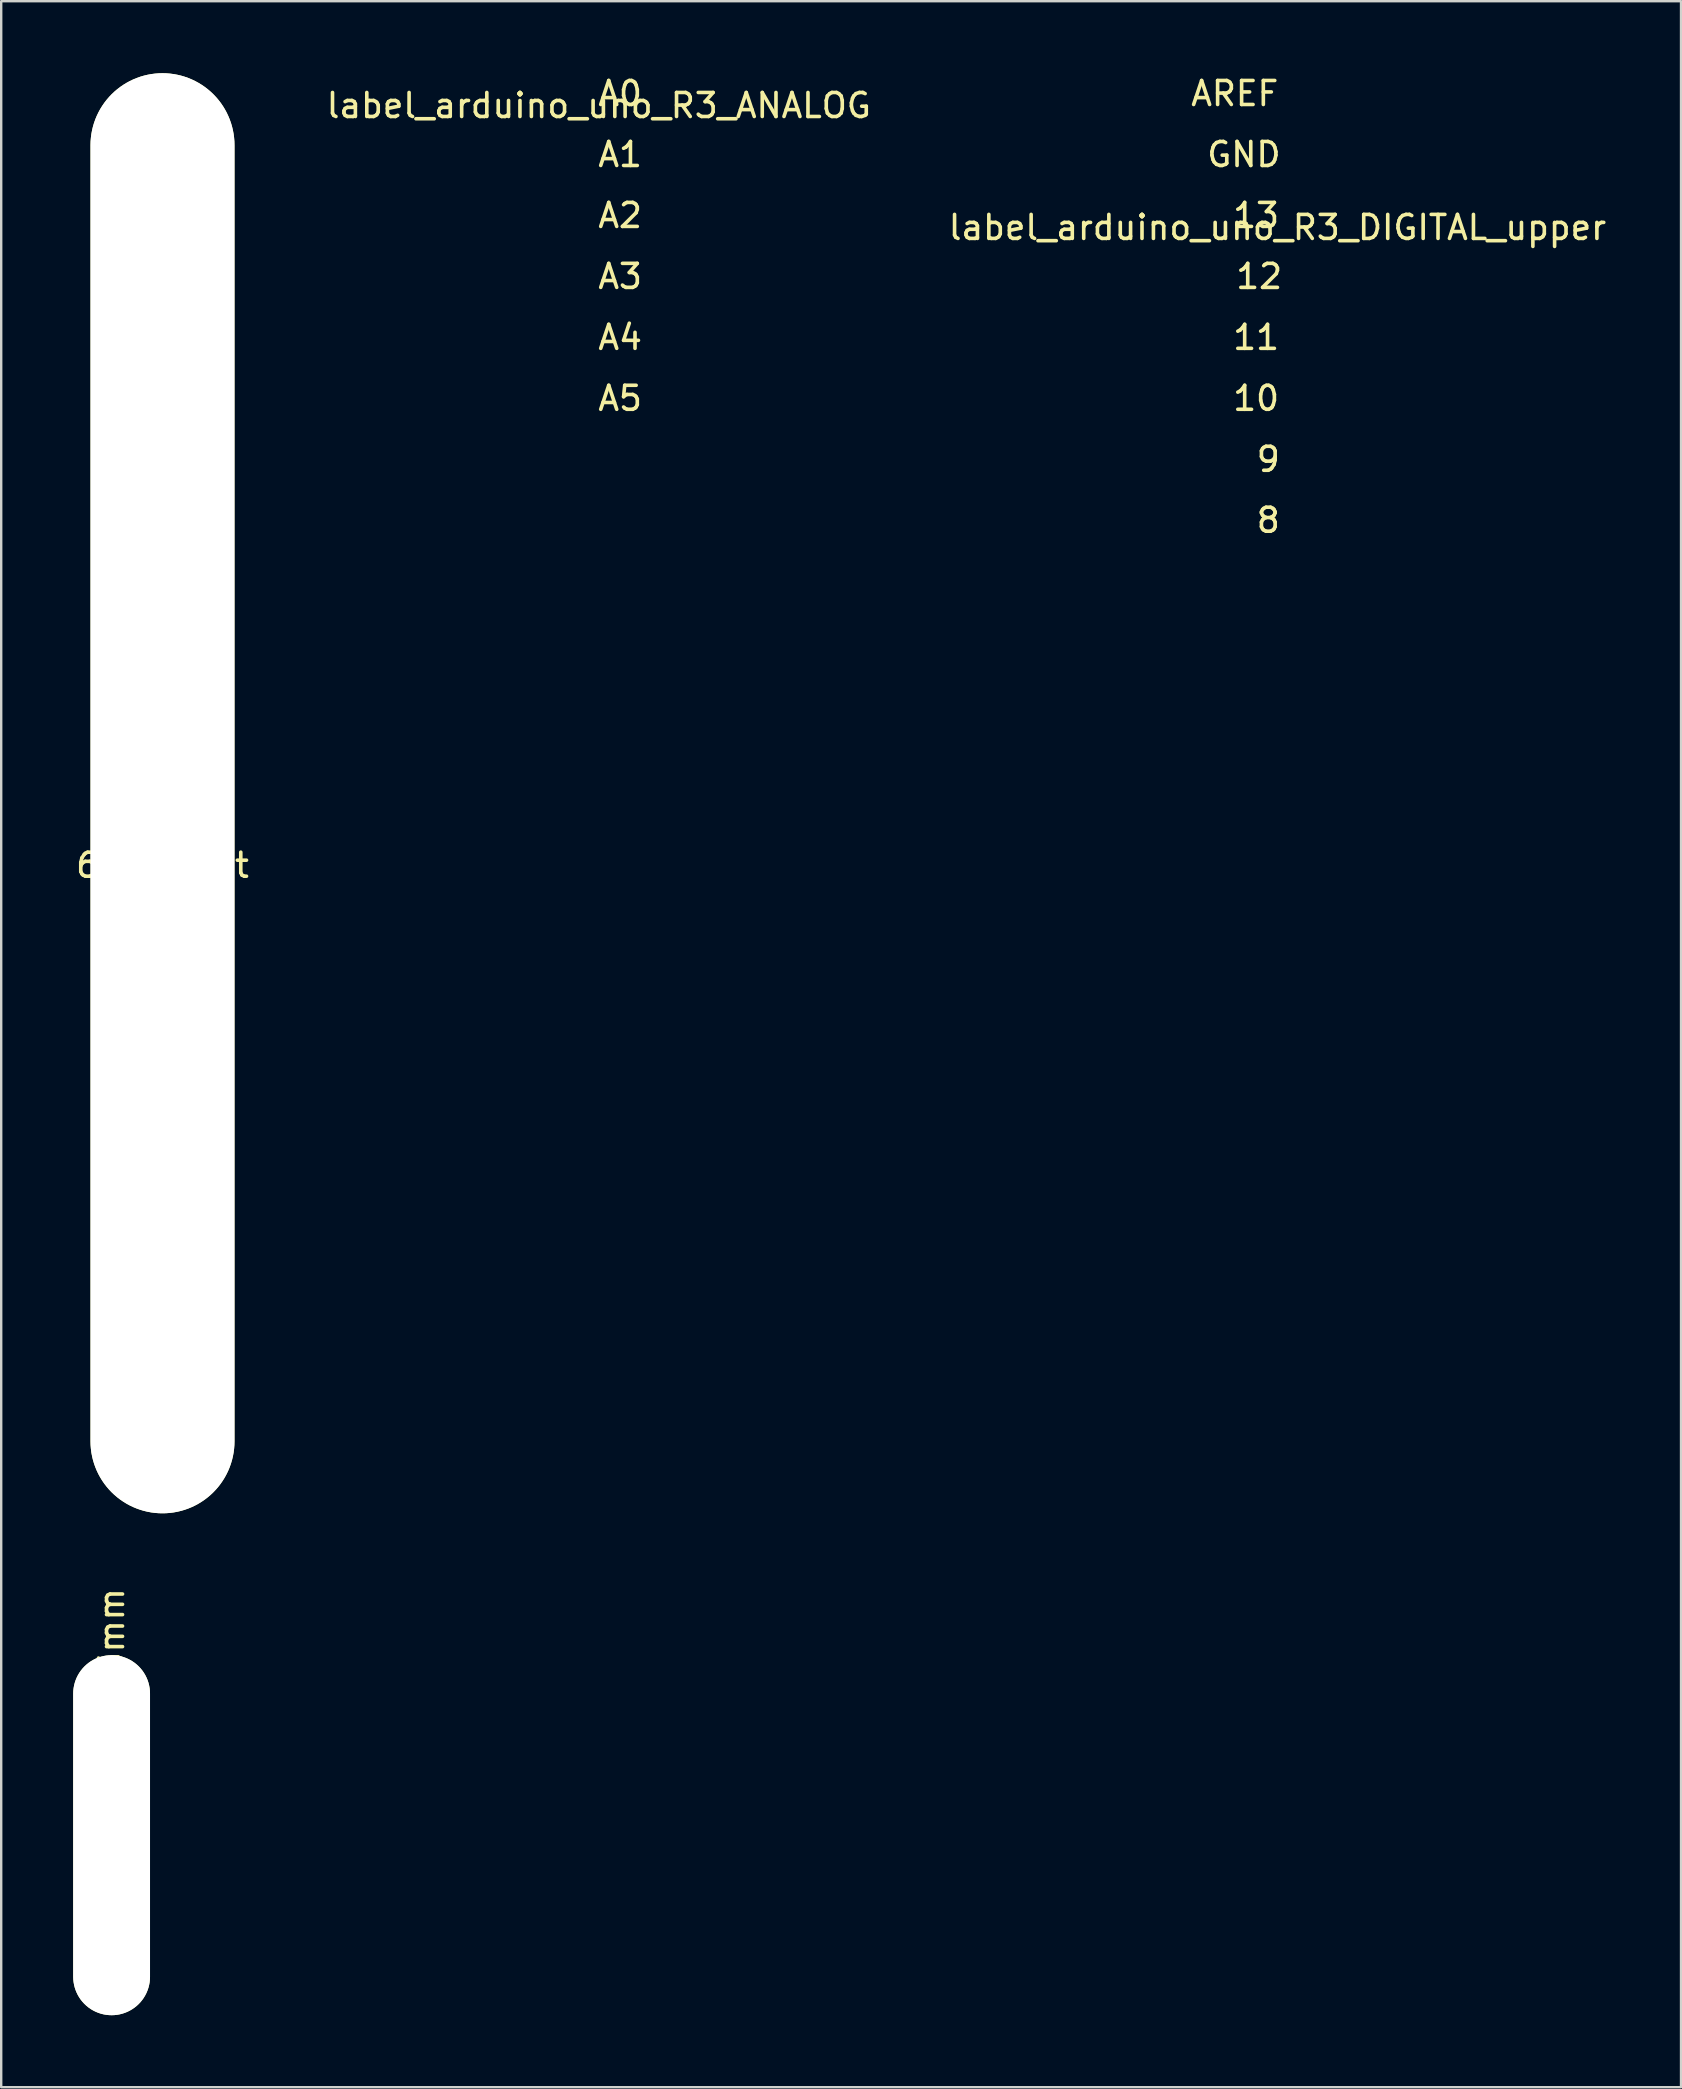
<source format=kicad_pcb>
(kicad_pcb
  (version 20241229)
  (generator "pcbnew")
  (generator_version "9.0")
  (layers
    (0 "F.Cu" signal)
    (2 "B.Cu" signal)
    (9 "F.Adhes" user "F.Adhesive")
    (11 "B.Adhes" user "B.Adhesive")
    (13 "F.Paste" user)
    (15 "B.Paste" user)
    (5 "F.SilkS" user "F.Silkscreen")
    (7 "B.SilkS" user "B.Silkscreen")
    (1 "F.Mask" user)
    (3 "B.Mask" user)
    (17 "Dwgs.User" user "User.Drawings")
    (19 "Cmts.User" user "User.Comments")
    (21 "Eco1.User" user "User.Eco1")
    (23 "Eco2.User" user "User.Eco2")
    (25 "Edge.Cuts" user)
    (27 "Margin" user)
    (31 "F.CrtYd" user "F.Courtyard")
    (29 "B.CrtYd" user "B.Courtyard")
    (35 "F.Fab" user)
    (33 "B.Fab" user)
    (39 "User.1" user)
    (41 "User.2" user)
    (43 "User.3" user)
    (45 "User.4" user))
  (footprint "label_arduino_uno_R3_DIGITAL_upper"
    (layer "F.Cu")
    (at 50.173 5.928)
    (property "Reference" "label_arduino_uno_R3_DIGITAL_upper" (at 0 0.5 0) (layer "F.SilkS") (effects (font (size 1 1) (thickness 0.15))))
    (attr through_hole)
    (fp_text user "AREF" (at -1.778 -5.08 0) (layer "F.SilkS") (effects (font (size 1 1) (thickness 0.15))))
    (fp_text user "GND" (at -1.397 -2.54 0) (layer "F.SilkS") (effects (font (size 1 1) (thickness 0.15))))
    (fp_text user "13" (at -0.889 0 0) (layer "F.SilkS") (effects (font (size 1 1) (thickness 0.15))))
    (fp_text user "12" (at -0.762 2.54 0) (layer "F.SilkS") (effects (font (size 1 1) (thickness 0.15))))
    (fp_text user "8" (at -0.381 12.7 0) (layer "F.SilkS") (effects (font (size 1 1) (thickness 0.15))))
    (fp_text user "9" (at -0.381 10.16 0) (layer "F.SilkS") (effects (font (size 1 1) (thickness 0.15))))
    (fp_text user "10" (at -0.889 7.62 0) (layer "F.SilkS") (effects (font (size 1 1) (thickness 0.15))))
    (fp_text user "11" (at -0.889 5.08 0) (layer "F.SilkS") (effects (font (size 1 1) (thickness 0.15)))))
  (footprint "slot_M3_x_15mm"
    (layer "F.Cu")
    (at 1.6 73.411)
    (property "Reference" "slot_M3_x_15mm" (at 0 -4 90) (layer "F.SilkS") (effects (font (size 1 1) (thickness 0.15))))
    (attr through_hole)
    (pad "" np_thru_hole oval (at 0 0) (size 3.2 15) (drill oval 3.2 15) (layers "*.Cu" "*.Mask" "F.SilkS")))
  (footprint "label_arduino_uno_R3_ANALOG"
    (layer "F.Cu")
    (at 21.899 0.848)
    (property "Reference" "label_arduino_uno_R3_ANALOG" (at 0 0.5 0) (layer "F.SilkS") (effects (font (size 1 1) (thickness 0.15))))
    (attr through_hole)
    (fp_text user "A2" (at 0.889 5.08 0) (layer "F.SilkS") (effects (font (size 1 1) (thickness 0.15))))
    (fp_text user "A0" (at 0.889 0 0) (layer "F.SilkS") (effects (font (size 1 1) (thickness 0.15))))
    (fp_text user "A3" (at 0.889 7.62 0) (layer "F.SilkS") (effects (font (size 1 1) (thickness 0.15))))
    (fp_text user "A4" (at 0.889 10.16 0) (layer "F.SilkS") (effects (font (size 1 1) (thickness 0.15))))
    (fp_text user "A1" (at 0.889 2.54 0) (layer "F.SilkS") (effects (font (size 1 1) (thickness 0.15))))
    (fp_text user "A5" (at 0.889 12.7 0) (layer "F.SilkS") (effects (font (size 1 1) (thickness 0.15)))))
  (footprint "6mm_slot"
    (layer "F.Cu")
    (at 3.72 30)
    (property "Reference" "6mm_slot" (at 0 3 0) (layer "F.SilkS") (effects (font (size 1 1) (thickness 0.15))))
    (attr through_hole)
    (pad "" np_thru_hole oval (at 0 0) (size 6 60) (drill oval 6 60) (layers "*.Cu" "*.Mask" "F.SilkS")))
  (gr_rect
    (start -3 -3)
    (end 66.988 83.911)
    (stroke (width 0.1) (type default))
    (fill no)
    (layer "Edge.Cuts")))
</source>
